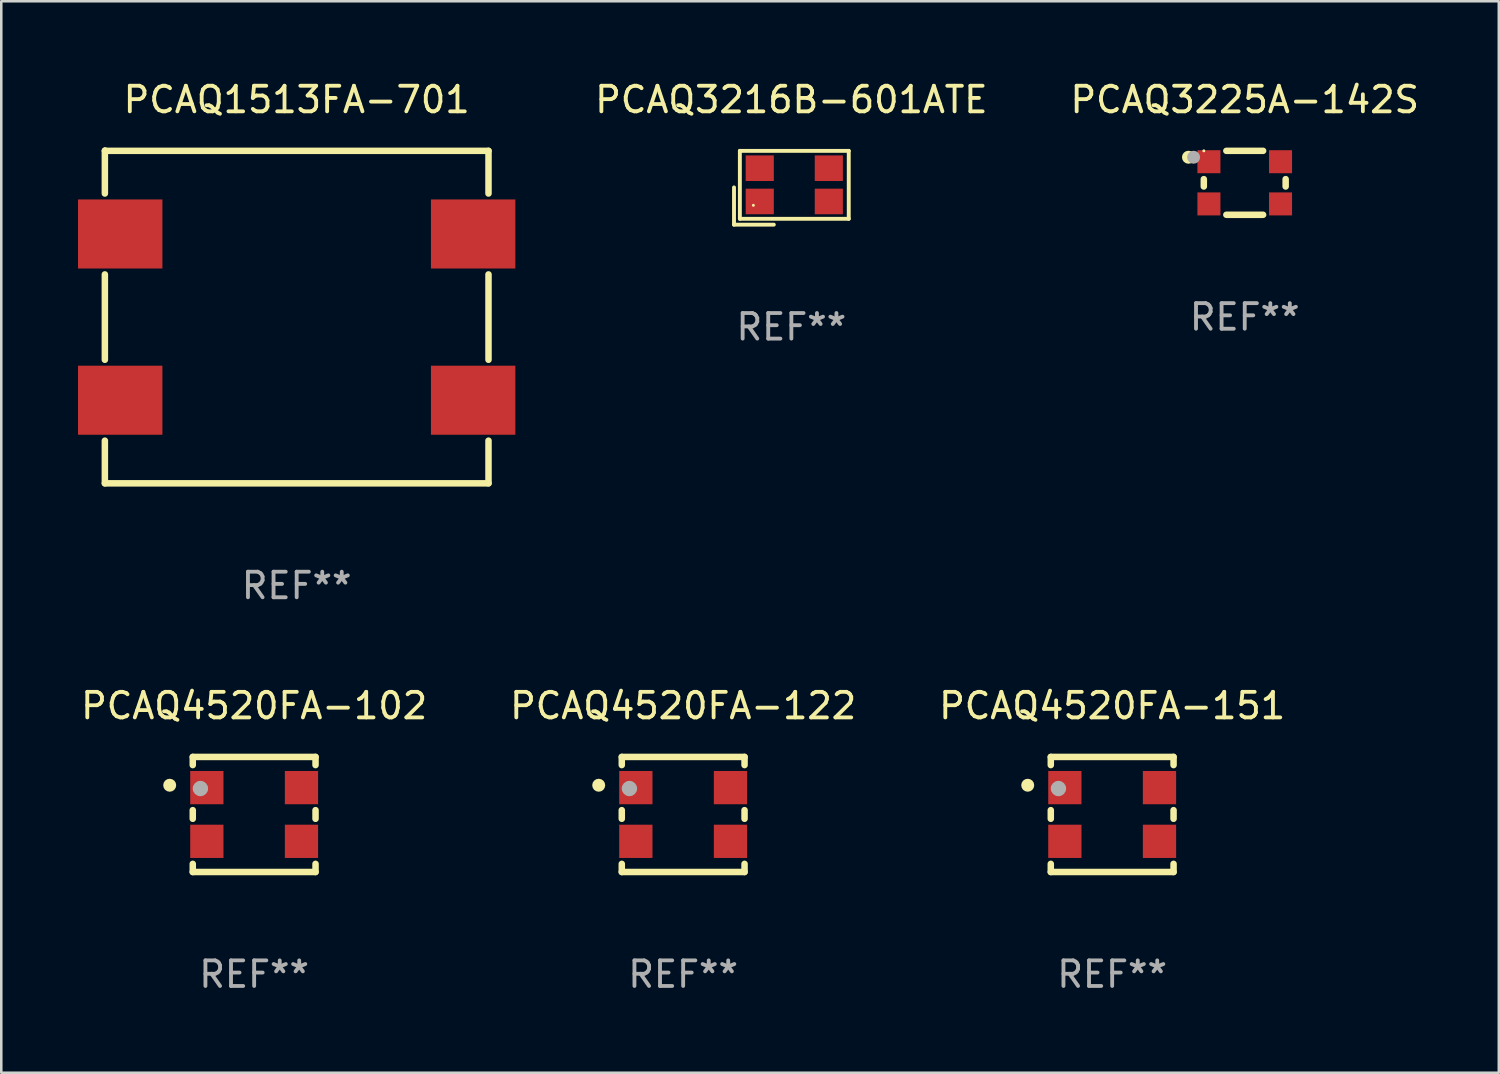
<source format=kicad_pcb>
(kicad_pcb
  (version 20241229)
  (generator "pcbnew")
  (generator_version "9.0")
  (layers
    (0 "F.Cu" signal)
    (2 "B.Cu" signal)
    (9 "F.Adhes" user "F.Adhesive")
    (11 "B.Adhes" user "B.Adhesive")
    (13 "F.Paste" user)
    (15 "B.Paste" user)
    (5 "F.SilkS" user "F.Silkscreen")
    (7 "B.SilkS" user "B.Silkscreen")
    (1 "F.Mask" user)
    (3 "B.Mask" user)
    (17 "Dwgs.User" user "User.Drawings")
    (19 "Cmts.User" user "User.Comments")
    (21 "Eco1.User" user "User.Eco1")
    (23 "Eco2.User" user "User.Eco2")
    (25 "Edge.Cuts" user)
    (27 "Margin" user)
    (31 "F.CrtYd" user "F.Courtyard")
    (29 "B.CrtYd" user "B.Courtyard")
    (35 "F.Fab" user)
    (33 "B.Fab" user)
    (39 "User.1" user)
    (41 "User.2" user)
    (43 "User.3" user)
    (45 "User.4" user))
  (footprint "PCAQ3225A-142S"
    (layer "F.Cu")
    (at 45.618 4.098)
    (property "Reference" "PCAQ3225A-142S" (at 0 -3.25 0) (layer "F.SilkS") (effects (font (size 1 1) (thickness 0.15))))
    (attr through_hole)
    (fp_line (start -1.6 -0.144) (end -1.6 0.144) (stroke (width 0.254) (type solid)) (layer "F.SilkS"))
    (fp_line (start -0.719 -1.25) (end 0.719 -1.25) (stroke (width 0.254) (type solid)) (layer "F.SilkS"))
    (fp_line (start -0.719 1.25) (end 0.719 1.25) (stroke (width 0.254) (type solid)) (layer "F.SilkS"))
    (fp_line (start 1.6 -0.144) (end 1.6 0.144) (stroke (width 0.254) (type solid)) (layer "F.SilkS"))
    (fp_circle (center -2.2 -1) (end -2.073 -1) (stroke (width 0.254) (type solid)) (fill no) (layer "F.SilkS"))
    (fp_circle (center -1.6 -1.25) (end -1.57 -1.25) (stroke (width 0.06) (type solid)) (fill no) (layer "F.SilkS"))
    (fp_circle (center -2 -1) (end -1.873 -1) (stroke (width 0.254) (type solid)) (fill no) (layer "F.Fab"))
    (fp_text user "REF**" (at 0 5.25 0) (layer "F.Fab") (effects (font (size 1 1) (thickness 0.15))))
    (pad "1" smd rect (at -1.4 -0.825 90) (size 0.9 0.9) (layers "F.Cu" "F.Mask" "F.Paste"))
    (pad "2" smd rect (at -1.4 0.825 90) (size 0.9 0.9) (layers "F.Cu" "F.Mask" "F.Paste"))
    (pad "3" smd rect (at 1.4 0.825 90) (size 0.9 0.9) (layers "F.Cu" "F.Mask" "F.Paste"))
    (pad "4" smd rect (at 1.4 -0.825 90) (size 0.9 0.9) (layers "F.Cu" "F.Mask" "F.Paste")))
  (footprint "PCAQ4520FA-122"
    (layer "F.Cu")
    (at 23.661 28.795)
    (property "Reference" "PCAQ4520FA-122" (at 0 -4.25 0) (layer "F.SilkS") (effects (font (size 1 1) (thickness 0.15))))
    (attr through_hole)
    (fp_line (start -2.4 -2.25) (end -2.4 -1.931) (stroke (width 0.254) (type solid)) (layer "F.SilkS"))
    (fp_line (start -2.4 -0.169) (end -2.4 0.169) (stroke (width 0.254) (type solid)) (layer "F.SilkS"))
    (fp_line (start -2.4 1.931) (end -2.4 2.25) (stroke (width 0.254) (type solid)) (layer "F.SilkS"))
    (fp_line (start 2.4 -2.25) (end -2.4 -2.25) (stroke (width 0.254) (type solid)) (layer "F.SilkS"))
    (fp_line (start 2.4 -2.25) (end 2.4 -1.931) (stroke (width 0.254) (type solid)) (layer "F.SilkS"))
    (fp_line (start 2.4 -0.169) (end 2.4 0.169) (stroke (width 0.254) (type solid)) (layer "F.SilkS"))
    (fp_line (start 2.4 1.931) (end 2.4 2.25) (stroke (width 0.254) (type solid)) (layer "F.SilkS"))
    (fp_line (start 2.4 2.25) (end -2.4 2.25) (stroke (width 0.254) (type solid)) (layer "F.SilkS"))
    (fp_circle (center -3.302 -1.143) (end -3.175 -1.143) (stroke (width 0.254) (type solid)) (fill no) (layer "F.SilkS"))
    (fp_circle (center -2.45 -2.25) (end -2.42 -2.25) (stroke (width 0.06) (type solid)) (fill no) (layer "F.SilkS"))
    (fp_circle (center -2.101 -1.014) (end -1.951 -1.014) (stroke (width 0.3) (type solid)) (fill no) (layer "F.Fab"))
    (fp_text user "REF**" (at 0 6.25 0) (layer "F.Fab") (effects (font (size 1 1) (thickness 0.15))))
    (pad "1" smd rect (at -1.85 -1.05) (size 1.3 1.3) (layers "F.Cu" "F.Mask" "F.Paste"))
    (pad "2" smd rect (at -1.85 1.05) (size 1.3 1.3) (layers "F.Cu" "F.Mask" "F.Paste"))
    (pad "3" smd rect (at 1.85 1.05) (size 1.3 1.3) (layers "F.Cu" "F.Mask" "F.Paste"))
    (pad "4" smd rect (at 1.85 -1.05) (size 1.3 1.3) (layers "F.Cu" "F.Mask" "F.Paste")))
  (footprint "PCAQ3216B-601ATE"
    (layer "F.Cu")
    (at 27.892 4.291)
    (property "Reference" "PCAQ3216B-601ATE" (at 0 -3.443 0) (layer "F.SilkS") (effects (font (size 1 1) (thickness 0.15))))
    (attr through_hole)
    (fp_line (start -2.243 -0.014) (end -2.243 1.443) (stroke (width 0.152) (type solid)) (layer "F.SilkS"))
    (fp_line (start -2.243 1.443) (end -0.686 1.443) (stroke (width 0.152) (type solid)) (layer "F.SilkS"))
    (fp_line (start -2.014 -1.443) (end 2.243 -1.443) (stroke (width 0.152) (type solid)) (layer "F.SilkS"))
    (fp_line (start -2.014 1.214) (end -2.014 -1.443) (stroke (width 0.152) (type solid)) (layer "F.SilkS"))
    (fp_line (start 2.243 -1.443) (end 2.243 1.214) (stroke (width 0.152) (type solid)) (layer "F.SilkS"))
    (fp_line (start 2.243 1.214) (end -2.014 1.214) (stroke (width 0.152) (type solid)) (layer "F.SilkS"))
    (fp_circle (center -1.486 0.686) (end -1.456 0.686) (stroke (width 0.06) (type solid)) (fill no) (layer "F.SilkS"))
    (fp_text user "REF**" (at 0 5.443 0) (layer "F.Fab") (effects (font (size 1 1) (thickness 0.15))))
    (pad "1" smd rect (at -1.236 0.536) (size 1.1 1) (layers "F.Cu" "F.Mask" "F.Paste"))
    (pad "2" smd rect (at 1.464 0.536) (size 1.1 1) (layers "F.Cu" "F.Mask" "F.Paste"))
    (pad "3" smd rect (at 1.464 -0.764) (size 1.1 1) (layers "F.Cu" "F.Mask" "F.Paste"))
    (pad "4" smd rect (at -1.236 -0.764) (size 1.1 1) (layers "F.Cu" "F.Mask" "F.Paste")))
  (footprint "PCAQ4520FA-151"
    (layer "F.Cu")
    (at 40.435 28.795)
    (property "Reference" "PCAQ4520FA-151" (at 0 -4.25 0) (layer "F.SilkS") (effects (font (size 1 1) (thickness 0.15))))
    (attr through_hole)
    (fp_line (start -2.4 -2.25) (end -2.4 -1.931) (stroke (width 0.254) (type solid)) (layer "F.SilkS"))
    (fp_line (start -2.4 -0.169) (end -2.4 0.169) (stroke (width 0.254) (type solid)) (layer "F.SilkS"))
    (fp_line (start -2.4 1.931) (end -2.4 2.25) (stroke (width 0.254) (type solid)) (layer "F.SilkS"))
    (fp_line (start 2.4 -2.25) (end -2.4 -2.25) (stroke (width 0.254) (type solid)) (layer "F.SilkS"))
    (fp_line (start 2.4 -2.25) (end 2.4 -1.931) (stroke (width 0.254) (type solid)) (layer "F.SilkS"))
    (fp_line (start 2.4 -0.169) (end 2.4 0.169) (stroke (width 0.254) (type solid)) (layer "F.SilkS"))
    (fp_line (start 2.4 1.931) (end 2.4 2.25) (stroke (width 0.254) (type solid)) (layer "F.SilkS"))
    (fp_line (start 2.4 2.25) (end -2.4 2.25) (stroke (width 0.254) (type solid)) (layer "F.SilkS"))
    (fp_circle (center -3.302 -1.143) (end -3.175 -1.143) (stroke (width 0.254) (type solid)) (fill no) (layer "F.SilkS"))
    (fp_circle (center -2.45 -2.25) (end -2.42 -2.25) (stroke (width 0.06) (type solid)) (fill no) (layer "F.SilkS"))
    (fp_circle (center -2.101 -1.014) (end -1.951 -1.014) (stroke (width 0.3) (type solid)) (fill no) (layer "F.Fab"))
    (fp_text user "REF**" (at 0 6.25 0) (layer "F.Fab") (effects (font (size 1 1) (thickness 0.15))))
    (pad "1" smd rect (at -1.85 -1.05) (size 1.3 1.3) (layers "F.Cu" "F.Mask" "F.Paste"))
    (pad "2" smd rect (at -1.85 1.05) (size 1.3 1.3) (layers "F.Cu" "F.Mask" "F.Paste"))
    (pad "3" smd rect (at 1.85 1.05) (size 1.3 1.3) (layers "F.Cu" "F.Mask" "F.Paste"))
    (pad "4" smd rect (at 1.85 -1.05) (size 1.3 1.3) (layers "F.Cu" "F.Mask" "F.Paste")))
  (footprint "PCAQ1513FA-701"
    (layer "F.Cu")
    (at 8.55 9.348)
    (property "Reference" "PCAQ1513FA-701" (at 0 -8.5 0) (layer "F.SilkS") (effects (font (size 1 1) (thickness 0.15))))
    (attr through_hole)
    (fp_line (start -7.5 -6.5) (end 7.5 -6.5) (stroke (width 0.254) (type solid)) (layer "F.SilkS"))
    (fp_line (start -7.5 -4.831) (end -7.5 -6.5) (stroke (width 0.254) (type solid)) (layer "F.SilkS"))
    (fp_line (start -7.5 1.669) (end -7.5 -1.669) (stroke (width 0.254) (type solid)) (layer "F.SilkS"))
    (fp_line (start -7.5 6.5) (end -7.5 4.831) (stroke (width 0.254) (type solid)) (layer "F.SilkS"))
    (fp_line (start 7.5 -6.5) (end 7.5 -4.831) (stroke (width 0.254) (type solid)) (layer "F.SilkS"))
    (fp_line (start 7.5 -1.669) (end 7.5 1.669) (stroke (width 0.254) (type solid)) (layer "F.SilkS"))
    (fp_line (start 7.5 4.831) (end 7.5 6.5) (stroke (width 0.254) (type solid)) (layer "F.SilkS"))
    (fp_line (start 7.5 6.5) (end -7.5 6.5) (stroke (width 0.254) (type solid)) (layer "F.SilkS"))
    (fp_circle (center -7.493 -6.52) (end -7.433 -6.52) (stroke (width 0.12) (type solid)) (fill no) (layer "F.SilkS"))
    (fp_text user "REF**" (at 0 10.5 0) (layer "F.Fab") (effects (font (size 1 1) (thickness 0.15))))
    (pad "1" smd rect (at -6.9 -3.25) (size 3.3 2.7) (layers "F.Cu" "F.Mask" "F.Paste"))
    (pad "2" smd rect (at -6.9 3.25) (size 3.3 2.7) (layers "F.Cu" "F.Mask" "F.Paste"))
    (pad "3" smd rect (at 6.9 3.25) (size 3.3 2.7) (layers "F.Cu" "F.Mask" "F.Paste"))
    (pad "4" smd rect (at 6.9 -3.25) (size 3.3 2.7) (layers "F.Cu" "F.Mask" "F.Paste")))
  (footprint "PCAQ4520FA-102"
    (layer "F.Cu")
    (at 6.887 28.795)
    (property "Reference" "PCAQ4520FA-102" (at 0 -4.25 0) (layer "F.SilkS") (effects (font (size 1 1) (thickness 0.15))))
    (attr through_hole)
    (fp_line (start -2.4 -2.25) (end -2.4 -1.931) (stroke (width 0.254) (type solid)) (layer "F.SilkS"))
    (fp_line (start -2.4 -0.169) (end -2.4 0.169) (stroke (width 0.254) (type solid)) (layer "F.SilkS"))
    (fp_line (start -2.4 1.931) (end -2.4 2.25) (stroke (width 0.254) (type solid)) (layer "F.SilkS"))
    (fp_line (start 2.4 -2.25) (end -2.4 -2.25) (stroke (width 0.254) (type solid)) (layer "F.SilkS"))
    (fp_line (start 2.4 -2.25) (end 2.4 -1.931) (stroke (width 0.254) (type solid)) (layer "F.SilkS"))
    (fp_line (start 2.4 -0.169) (end 2.4 0.169) (stroke (width 0.254) (type solid)) (layer "F.SilkS"))
    (fp_line (start 2.4 1.931) (end 2.4 2.25) (stroke (width 0.254) (type solid)) (layer "F.SilkS"))
    (fp_line (start 2.4 2.25) (end -2.4 2.25) (stroke (width 0.254) (type solid)) (layer "F.SilkS"))
    (fp_circle (center -3.302 -1.143) (end -3.175 -1.143) (stroke (width 0.254) (type solid)) (fill no) (layer "F.SilkS"))
    (fp_circle (center -2.45 -2.25) (end -2.42 -2.25) (stroke (width 0.06) (type solid)) (fill no) (layer "F.SilkS"))
    (fp_circle (center -2.101 -1.014) (end -1.951 -1.014) (stroke (width 0.3) (type solid)) (fill no) (layer "F.Fab"))
    (fp_text user "REF**" (at 0 6.25 0) (layer "F.Fab") (effects (font (size 1 1) (thickness 0.15))))
    (pad "1" smd rect (at -1.85 -1.05) (size 1.3 1.3) (layers "F.Cu" "F.Mask" "F.Paste"))
    (pad "2" smd rect (at -1.85 1.05) (size 1.3 1.3) (layers "F.Cu" "F.Mask" "F.Paste"))
    (pad "3" smd rect (at 1.85 1.05) (size 1.3 1.3) (layers "F.Cu" "F.Mask" "F.Paste"))
    (pad "4" smd rect (at 1.85 -1.05) (size 1.3 1.3) (layers "F.Cu" "F.Mask" "F.Paste")))
  (gr_rect
    (start -3 -3)
    (end 55.552 38.893)
    (stroke (width 0.1) (type default))
    (fill no)
    (layer "Edge.Cuts")))
</source>
